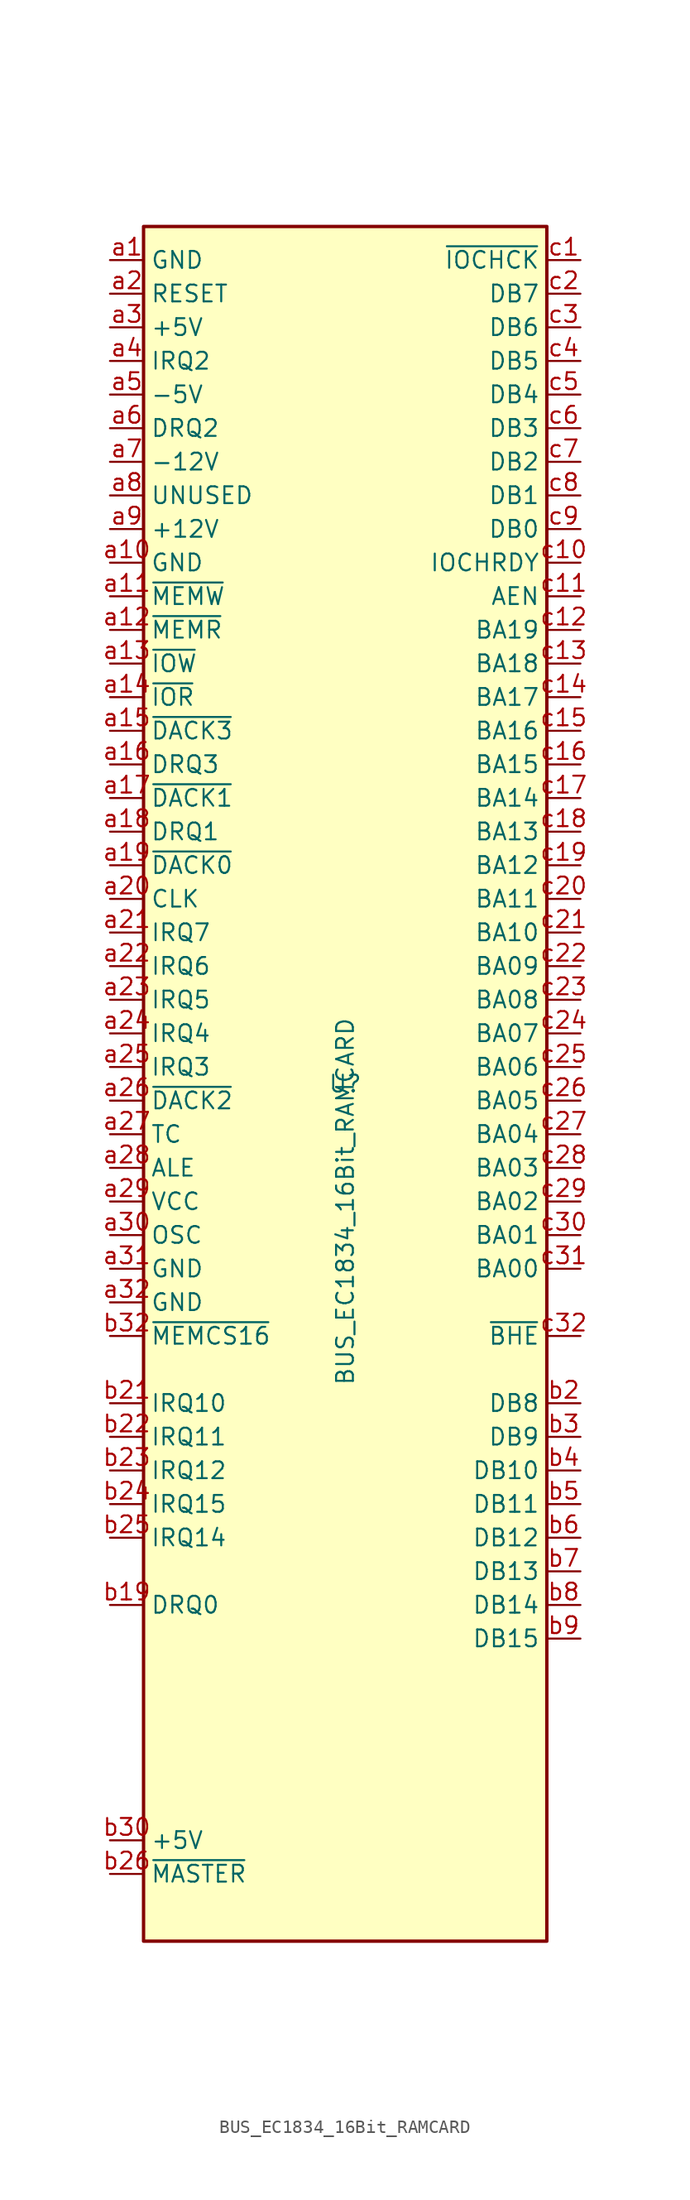
<source format=kicad_sym>
(kicad_symbol_lib
  (version 20211014)
  (generator kicad_symbol_editor)
  (symbol "BUS_EC1834_16Bit_RAMCARD"
    (property "Reference" "U"
      (at 0 0 0)
      (effects (font (size 1.27 1.27))))
    (property "Value" "BUS_EC1834_16Bit_RAMCARD"
      (at 0 -8.89 90)
      (effects (font (size 1.27 1.27))))
    (symbol "BUS_EC1834_16Bit_RAMCARD_0_1"
      (rectangle (start -15.24 -64.77) (end 15.24 64.77) (stroke (width 0.254) (type default) (color 0 0 0 0)) (fill (type background))))
    (symbol "BUS_EC1834_16Bit_RAMCARD_1_1"
      (pin power_in line (at -17.78 62.23 0) (length 2.54) (name "GND" (effects (font (size 1.27 1.27)))) (number "a1" (effects (font (size 1.27 1.27)))))
      (pin power_in line (at -17.78 39.37 0) (length 2.54) (name "GND" (effects (font (size 1.27 1.27)))) (number "a10" (effects (font (size 1.27 1.27)))))
      (pin input line (at -17.78 36.83 0) (length 2.54) (name "~{MEMW}" (effects (font (size 1.27 1.27)))) (number "a11" (effects (font (size 1.27 1.27)))))
      (pin input line (at -17.78 34.29 0) (length 2.54) (name "~{MEMR}" (effects (font (size 1.27 1.27)))) (number "a12" (effects (font (size 1.27 1.27)))))
      (pin input line (at -17.78 31.75 0) (length 2.54) (name "~{IOW}" (effects (font (size 1.27 1.27)))) (number "a13" (effects (font (size 1.27 1.27)))))
      (pin input line (at -17.78 29.21 0) (length 2.54) (name "~{IOR}" (effects (font (size 1.27 1.27)))) (number "a14" (effects (font (size 1.27 1.27)))))
      (pin passive line (at -17.78 26.67 0) (length 2.54) (name "~{DACK3}" (effects (font (size 1.27 1.27)))) (number "a15" (effects (font (size 1.27 1.27)))))
      (pin passive line (at -17.78 24.13 0) (length 2.54) (name "DRQ3" (effects (font (size 1.27 1.27)))) (number "a16" (effects (font (size 1.27 1.27)))))
      (pin passive line (at -17.78 21.59 0) (length 2.54) (name "~{DACK1}" (effects (font (size 1.27 1.27)))) (number "a17" (effects (font (size 1.27 1.27)))))
      (pin passive line (at -17.78 19.05 0) (length 2.54) (name "DRQ1" (effects (font (size 1.27 1.27)))) (number "a18" (effects (font (size 1.27 1.27)))))
      (pin passive line (at -17.78 16.51 0) (length 2.54) (name "~{DACK0}" (effects (font (size 1.27 1.27)))) (number "a19" (effects (font (size 1.27 1.27)))))
      (pin input line (at -17.78 59.69 0) (length 2.54) (name "RESET" (effects (font (size 1.27 1.27)))) (number "a2" (effects (font (size 1.27 1.27)))))
      (pin input line (at -17.78 13.97 0) (length 2.54) (name "CLK" (effects (font (size 1.27 1.27)))) (number "a20" (effects (font (size 1.27 1.27)))))
      (pin passive line (at -17.78 11.43 0) (length 2.54) (name "IRQ7" (effects (font (size 1.27 1.27)))) (number "a21" (effects (font (size 1.27 1.27)))))
      (pin passive line (at -17.78 8.89 0) (length 2.54) (name "IRQ6" (effects (font (size 1.27 1.27)))) (number "a22" (effects (font (size 1.27 1.27)))))
      (pin passive line (at -17.78 6.35 0) (length 2.54) (name "IRQ5" (effects (font (size 1.27 1.27)))) (number "a23" (effects (font (size 1.27 1.27)))))
      (pin passive line (at -17.78 3.81 0) (length 2.54) (name "IRQ4" (effects (font (size 1.27 1.27)))) (number "a24" (effects (font (size 1.27 1.27)))))
      (pin passive line (at -17.78 1.27 0) (length 2.54) (name "IRQ3" (effects (font (size 1.27 1.27)))) (number "a25" (effects (font (size 1.27 1.27)))))
      (pin passive line (at -17.78 -1.27 0) (length 2.54) (name "~{DACK2}" (effects (font (size 1.27 1.27)))) (number "a26" (effects (font (size 1.27 1.27)))))
      (pin passive line (at -17.78 -3.81 0) (length 2.54) (name "TC" (effects (font (size 1.27 1.27)))) (number "a27" (effects (font (size 1.27 1.27)))))
      (pin input line (at -17.78 -6.35 0) (length 2.54) (name "ALE" (effects (font (size 1.27 1.27)))) (number "a28" (effects (font (size 1.27 1.27)))))
      (pin power_in line (at -17.78 -8.89 0) (length 2.54) (name "VCC" (effects (font (size 1.27 1.27)))) (number "a29" (effects (font (size 1.27 1.27)))))
      (pin power_in line (at -17.78 57.15 0) (length 2.54) (name "+5V" (effects (font (size 1.27 1.27)))) (number "a3" (effects (font (size 1.27 1.27)))))
      (pin input line (at -17.78 -11.43 0) (length 2.54) (name "OSC" (effects (font (size 1.27 1.27)))) (number "a30" (effects (font (size 1.27 1.27)))))
      (pin power_in line (at -17.78 -13.97 0) (length 2.54) (name "GND" (effects (font (size 1.27 1.27)))) (number "a31" (effects (font (size 1.27 1.27)))))
      (pin power_in line (at -17.78 -16.51 0) (length 2.54) (name "GND" (effects (font (size 1.27 1.27)))) (number "a32" (effects (font (size 1.27 1.27)))))
      (pin passive line (at -17.78 54.61 0) (length 2.54) (name "IRQ2" (effects (font (size 1.27 1.27)))) (number "a4" (effects (font (size 1.27 1.27)))))
      (pin power_in line (at -17.78 52.07 0) (length 2.54) (name "-5V" (effects (font (size 1.27 1.27)))) (number "a5" (effects (font (size 1.27 1.27)))))
      (pin passive line (at -17.78 49.53 0) (length 2.54) (name "DRQ2" (effects (font (size 1.27 1.27)))) (number "a6" (effects (font (size 1.27 1.27)))))
      (pin power_in line (at -17.78 46.99 0) (length 2.54) (name "-12V" (effects (font (size 1.27 1.27)))) (number "a7" (effects (font (size 1.27 1.27)))))
      (pin passive line (at -17.78 44.45 0) (length 2.54) (name "UNUSED" (effects (font (size 1.27 1.27)))) (number "a8" (effects (font (size 1.27 1.27)))))
      (pin power_in line (at -17.78 41.91 0) (length 2.54) (name "+12V" (effects (font (size 1.27 1.27)))) (number "a9" (effects (font (size 1.27 1.27)))))
      (pin no_connect line (at 1.27 -25.4 180) (length 2.54) hide (name "UNUSED" (effects (font (size 1.27 1.27)))) (number "b1" (effects (font (size 1.27 1.27)))))
      (pin no_connect line (at 1.27 -27.94 180) (length 2.54) hide (name "UNUSED" (effects (font (size 1.27 1.27)))) (number "b10" (effects (font (size 1.27 1.27)))))
      (pin no_connect line (at 1.27 -30.48 180) (length 2.54) hide (name "UNUSED" (effects (font (size 1.27 1.27)))) (number "b11" (effects (font (size 1.27 1.27)))))
      (pin no_connect line (at 1.27 -33.02 180) (length 2.54) hide (name "UNUSED" (effects (font (size 1.27 1.27)))) (number "b12" (effects (font (size 1.27 1.27)))))
      (pin no_connect line (at 1.27 -35.56 180) (length 2.54) hide (name "UNUSED" (effects (font (size 1.27 1.27)))) (number "b13" (effects (font (size 1.27 1.27)))))
      (pin no_connect line (at 1.27 -38.1 180) (length 2.54) hide (name "UNUSED" (effects (font (size 1.27 1.27)))) (number "b14" (effects (font (size 1.27 1.27)))))
      (pin no_connect line (at 1.27 -40.64 180) (length 2.54) hide (name "UNUSED" (effects (font (size 1.27 1.27)))) (number "b15" (effects (font (size 1.27 1.27)))))
      (pin no_connect line (at 1.27 -43.18 180) (length 2.54) hide (name "UNUSED" (effects (font (size 1.27 1.27)))) (number "b16" (effects (font (size 1.27 1.27)))))
      (pin no_connect line (at 1.27 -45.72 180) (length 2.54) hide (name "UNUSED" (effects (font (size 1.27 1.27)))) (number "b17" (effects (font (size 1.27 1.27)))))
      (pin no_connect line (at 1.27 -48.26 180) (length 2.54) hide (name "UNUSED" (effects (font (size 1.27 1.27)))) (number "b18" (effects (font (size 1.27 1.27)))))
      (pin passive line (at -17.78 -39.37 0) (length 2.54) (name "DRQ0" (effects (font (size 1.27 1.27)))) (number "b19" (effects (font (size 1.27 1.27)))))
      (pin tri_state line (at 17.78 -24.13 180) (length 2.54) (name "DB8" (effects (font (size 1.27 1.27)))) (number "b2" (effects (font (size 1.27 1.27)))))
      (pin no_connect line (at 1.27 -50.8 180) (length 2.54) hide (name "UNUSED" (effects (font (size 1.27 1.27)))) (number "b20" (effects (font (size 1.27 1.27)))))
      (pin passive line (at -17.78 -24.13 0) (length 2.54) (name "IRQ10" (effects (font (size 1.27 1.27)))) (number "b21" (effects (font (size 1.27 1.27)))))
      (pin passive line (at -17.78 -26.67 0) (length 2.54) (name "IRQ11" (effects (font (size 1.27 1.27)))) (number "b22" (effects (font (size 1.27 1.27)))))
      (pin passive line (at -17.78 -29.21 0) (length 2.54) (name "IRQ12" (effects (font (size 1.27 1.27)))) (number "b23" (effects (font (size 1.27 1.27)))))
      (pin passive line (at -17.78 -31.75 0) (length 2.54) (name "IRQ15" (effects (font (size 1.27 1.27)))) (number "b24" (effects (font (size 1.27 1.27)))))
      (pin passive line (at -17.78 -34.29 0) (length 2.54) (name "IRQ14" (effects (font (size 1.27 1.27)))) (number "b25" (effects (font (size 1.27 1.27)))))
      (pin passive line (at -17.78 -59.69 0) (length 2.54) (name "~{MASTER}" (effects (font (size 1.27 1.27)))) (number "b26" (effects (font (size 1.27 1.27)))))
      (pin no_connect line (at 1.27 -53.34 180) (length 2.54) hide (name "UNUSED" (effects (font (size 1.27 1.27)))) (number "b27" (effects (font (size 1.27 1.27)))))
      (pin no_connect line (at 1.27 -55.88 180) (length 2.54) hide (name "UNUSED" (effects (font (size 1.27 1.27)))) (number "b28" (effects (font (size 1.27 1.27)))))
      (pin no_connect line (at 1.27 -58.42 180) (length 2.54) hide (name "UNUSED" (effects (font (size 1.27 1.27)))) (number "b29" (effects (font (size 1.27 1.27)))))
      (pin tri_state line (at 17.78 -26.67 180) (length 2.54) (name "DB9" (effects (font (size 1.27 1.27)))) (number "b3" (effects (font (size 1.27 1.27)))))
      (pin power_in line (at -17.78 -57.15 0) (length 2.54) (name "+5V" (effects (font (size 1.27 1.27)))) (number "b30" (effects (font (size 1.27 1.27)))))
      (pin no_connect line (at 1.27 -60.96 180) (length 2.54) hide (name "UNUSED" (effects (font (size 1.27 1.27)))) (number "b31" (effects (font (size 1.27 1.27)))))
      (pin passive line (at -17.78 -19.05 0) (length 2.54) (name "~{MEMCS16}" (effects (font (size 1.27 1.27)))) (number "b32" (effects (font (size 1.27 1.27)))))
      (pin tri_state line (at 17.78 -29.21 180) (length 2.54) (name "DB10" (effects (font (size 1.27 1.27)))) (number "b4" (effects (font (size 1.27 1.27)))))
      (pin tri_state line (at 17.78 -31.75 180) (length 2.54) (name "DB11" (effects (font (size 1.27 1.27)))) (number "b5" (effects (font (size 1.27 1.27)))))
      (pin tri_state line (at 17.78 -34.29 180) (length 2.54) (name "DB12" (effects (font (size 1.27 1.27)))) (number "b6" (effects (font (size 1.27 1.27)))))
      (pin tri_state line (at 17.78 -36.83 180) (length 2.54) (name "DB13" (effects (font (size 1.27 1.27)))) (number "b7" (effects (font (size 1.27 1.27)))))
      (pin tri_state line (at 17.78 -39.37 180) (length 2.54) (name "DB14" (effects (font (size 1.27 1.27)))) (number "b8" (effects (font (size 1.27 1.27)))))
      (pin tri_state line (at 17.78 -41.91 180) (length 2.54) (name "DB15" (effects (font (size 1.27 1.27)))) (number "b9" (effects (font (size 1.27 1.27)))))
      (pin passive line (at 17.78 62.23 180) (length 2.54) (name "~{IOCHCK}" (effects (font (size 1.27 1.27)))) (number "c1" (effects (font (size 1.27 1.27)))))
      (pin passive line (at 17.78 39.37 180) (length 2.54) (name "IOCHRDY" (effects (font (size 1.27 1.27)))) (number "c10" (effects (font (size 1.27 1.27)))))
      (pin input line (at 17.78 36.83 180) (length 2.54) (name "AEN" (effects (font (size 1.27 1.27)))) (number "c11" (effects (font (size 1.27 1.27)))))
      (pin tri_state line (at 17.78 34.29 180) (length 2.54) (name "BA19" (effects (font (size 1.27 1.27)))) (number "c12" (effects (font (size 1.27 1.27)))))
      (pin tri_state line (at 17.78 31.75 180) (length 2.54) (name "BA18" (effects (font (size 1.27 1.27)))) (number "c13" (effects (font (size 1.27 1.27)))))
      (pin tri_state line (at 17.78 29.21 180) (length 2.54) (name "BA17" (effects (font (size 1.27 1.27)))) (number "c14" (effects (font (size 1.27 1.27)))))
      (pin tri_state line (at 17.78 26.67 180) (length 2.54) (name "BA16" (effects (font (size 1.27 1.27)))) (number "c15" (effects (font (size 1.27 1.27)))))
      (pin tri_state line (at 17.78 24.13 180) (length 2.54) (name "BA15" (effects (font (size 1.27 1.27)))) (number "c16" (effects (font (size 1.27 1.27)))))
      (pin tri_state line (at 17.78 21.59 180) (length 2.54) (name "BA14" (effects (font (size 1.27 1.27)))) (number "c17" (effects (font (size 1.27 1.27)))))
      (pin tri_state line (at 17.78 19.05 180) (length 2.54) (name "BA13" (effects (font (size 1.27 1.27)))) (number "c18" (effects (font (size 1.27 1.27)))))
      (pin tri_state line (at 17.78 16.51 180) (length 2.54) (name "BA12" (effects (font (size 1.27 1.27)))) (number "c19" (effects (font (size 1.27 1.27)))))
      (pin tri_state line (at 17.78 59.69 180) (length 2.54) (name "DB7" (effects (font (size 1.27 1.27)))) (number "c2" (effects (font (size 1.27 1.27)))))
      (pin tri_state line (at 17.78 13.97 180) (length 2.54) (name "BA11" (effects (font (size 1.27 1.27)))) (number "c20" (effects (font (size 1.27 1.27)))))
      (pin tri_state line (at 17.78 11.43 180) (length 2.54) (name "BA10" (effects (font (size 1.27 1.27)))) (number "c21" (effects (font (size 1.27 1.27)))))
      (pin tri_state line (at 17.78 8.89 180) (length 2.54) (name "BA09" (effects (font (size 1.27 1.27)))) (number "c22" (effects (font (size 1.27 1.27)))))
      (pin tri_state line (at 17.78 6.35 180) (length 2.54) (name "BA08" (effects (font (size 1.27 1.27)))) (number "c23" (effects (font (size 1.27 1.27)))))
      (pin tri_state line (at 17.78 3.81 180) (length 2.54) (name "BA07" (effects (font (size 1.27 1.27)))) (number "c24" (effects (font (size 1.27 1.27)))))
      (pin tri_state line (at 17.78 1.27 180) (length 2.54) (name "BA06" (effects (font (size 1.27 1.27)))) (number "c25" (effects (font (size 1.27 1.27)))))
      (pin tri_state line (at 17.78 -1.27 180) (length 2.54) (name "BA05" (effects (font (size 1.27 1.27)))) (number "c26" (effects (font (size 1.27 1.27)))))
      (pin tri_state line (at 17.78 -3.81 180) (length 2.54) (name "BA04" (effects (font (size 1.27 1.27)))) (number "c27" (effects (font (size 1.27 1.27)))))
      (pin tri_state line (at 17.78 -6.35 180) (length 2.54) (name "BA03" (effects (font (size 1.27 1.27)))) (number "c28" (effects (font (size 1.27 1.27)))))
      (pin tri_state line (at 17.78 -8.89 180) (length 2.54) (name "BA02" (effects (font (size 1.27 1.27)))) (number "c29" (effects (font (size 1.27 1.27)))))
      (pin tri_state line (at 17.78 57.15 180) (length 2.54) (name "DB6" (effects (font (size 1.27 1.27)))) (number "c3" (effects (font (size 1.27 1.27)))))
      (pin tri_state line (at 17.78 -11.43 180) (length 2.54) (name "BA01" (effects (font (size 1.27 1.27)))) (number "c30" (effects (font (size 1.27 1.27)))))
      (pin tri_state line (at 17.78 -13.97 180) (length 2.54) (name "BA00" (effects (font (size 1.27 1.27)))) (number "c31" (effects (font (size 1.27 1.27)))))
      (pin passive line (at 17.78 -19.05 180) (length 2.54) (name "~{BHE}" (effects (font (size 1.27 1.27)))) (number "c32" (effects (font (size 1.27 1.27)))))
      (pin tri_state line (at 17.78 54.61 180) (length 2.54) (name "DB5" (effects (font (size 1.27 1.27)))) (number "c4" (effects (font (size 1.27 1.27)))))
      (pin tri_state line (at 17.78 52.07 180) (length 2.54) (name "DB4" (effects (font (size 1.27 1.27)))) (number "c5" (effects (font (size 1.27 1.27)))))
      (pin tri_state line (at 17.78 49.53 180) (length 2.54) (name "DB3" (effects (font (size 1.27 1.27)))) (number "c6" (effects (font (size 1.27 1.27)))))
      (pin tri_state line (at 17.78 46.99 180) (length 2.54) (name "DB2" (effects (font (size 1.27 1.27)))) (number "c7" (effects (font (size 1.27 1.27)))))
      (pin tri_state line (at 17.78 44.45 180) (length 2.54) (name "DB1" (effects (font (size 1.27 1.27)))) (number "c8" (effects (font (size 1.27 1.27)))))
      (pin tri_state line (at 17.78 41.91 180) (length 2.54) (name "DB0" (effects (font (size 1.27 1.27)))) (number "c9" (effects (font (size 1.27 1.27))))))))
</source>
